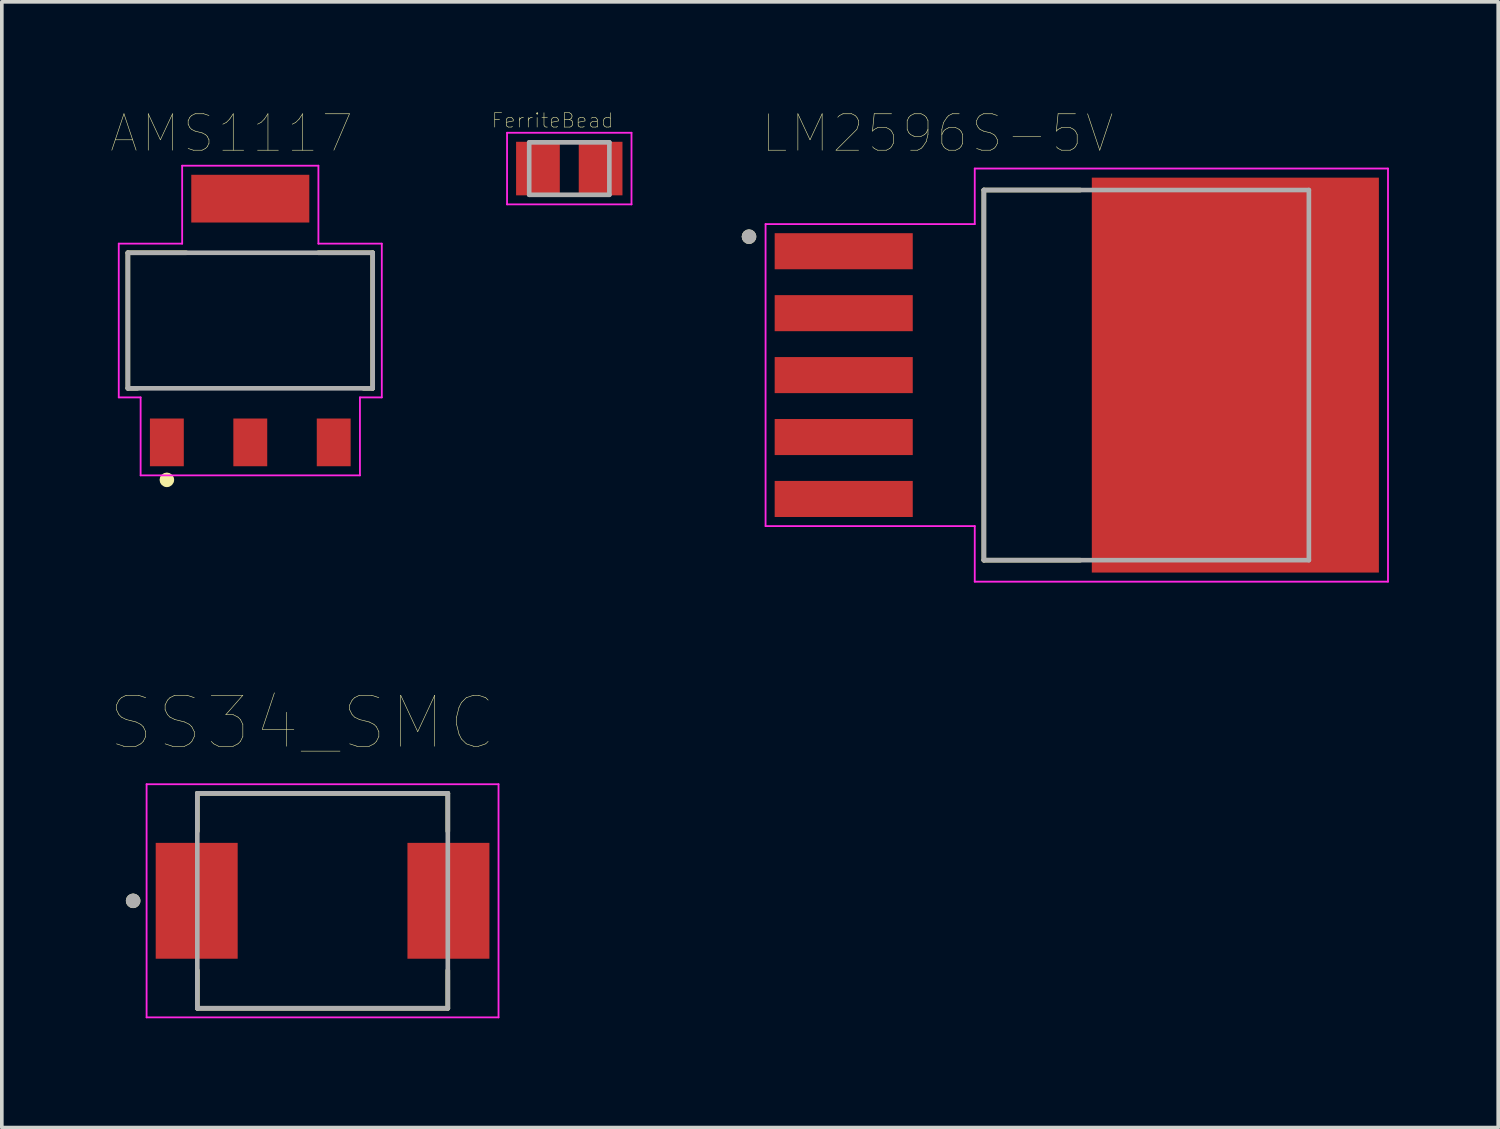
<source format=kicad_pcb>
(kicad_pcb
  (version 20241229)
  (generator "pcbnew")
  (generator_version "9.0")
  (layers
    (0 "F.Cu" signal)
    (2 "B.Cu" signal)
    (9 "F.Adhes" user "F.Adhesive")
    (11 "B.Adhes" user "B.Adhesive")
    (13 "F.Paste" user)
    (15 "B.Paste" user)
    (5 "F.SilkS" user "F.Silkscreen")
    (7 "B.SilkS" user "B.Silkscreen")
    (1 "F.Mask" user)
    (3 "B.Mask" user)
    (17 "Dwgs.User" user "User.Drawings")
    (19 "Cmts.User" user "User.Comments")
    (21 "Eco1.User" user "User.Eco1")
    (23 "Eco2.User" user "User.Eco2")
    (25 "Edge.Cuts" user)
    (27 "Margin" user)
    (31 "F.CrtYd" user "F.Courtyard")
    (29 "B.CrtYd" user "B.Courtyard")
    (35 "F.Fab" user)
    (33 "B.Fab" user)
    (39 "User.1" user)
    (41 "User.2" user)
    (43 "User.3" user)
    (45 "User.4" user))
  (footprint "SS34_SMC"
    (layer "F.Cu")
    (at 5.804 21.676)
    (property "Reference" "SS34_SMC" (at -0.555 -4.889 0) (layer "F.SilkS") (effects (font (size 1.4 1.4) (thickness 0.015))))
    (attr through_hole)
    (fp_line (start -3.438 -2.95) (end -3.438 -1.91) (stroke (width 0.127) (type solid)) (layer "F.SilkS"))
    (fp_line (start -3.438 1.91) (end -3.438 2.95) (stroke (width 0.127) (type solid)) (layer "F.SilkS"))
    (fp_line (start -3.438 2.95) (end 3.438 2.95) (stroke (width 0.127) (type solid)) (layer "F.SilkS"))
    (fp_line (start 3.438 -2.95) (end -3.438 -2.95) (stroke (width 0.127) (type solid)) (layer "F.SilkS"))
    (fp_line (start 3.438 -1.91) (end 3.438 -2.95) (stroke (width 0.127) (type solid)) (layer "F.SilkS"))
    (fp_line (start 3.438 2.95) (end 3.438 1.91) (stroke (width 0.127) (type solid)) (layer "F.SilkS"))
    (fp_circle (center -5.2 0) (end -5.1 0) (stroke (width 0.2) (type solid)) (fill no) (layer "F.SilkS"))
    (fp_line (start -4.83 -3.2) (end -4.83 3.2) (stroke (width 0.05) (type solid)) (layer "F.CrtYd"))
    (fp_line (start -4.83 3.2) (end 4.83 3.2) (stroke (width 0.05) (type solid)) (layer "F.CrtYd"))
    (fp_line (start 4.83 -3.2) (end -4.83 -3.2) (stroke (width 0.05) (type solid)) (layer "F.CrtYd"))
    (fp_line (start 4.83 3.2) (end 4.83 -3.2) (stroke (width 0.05) (type solid)) (layer "F.CrtYd"))
    (fp_line (start -3.438 -2.95) (end -3.438 2.95) (stroke (width 0.127) (type solid)) (layer "F.Fab"))
    (fp_line (start -3.438 2.95) (end 3.438 2.95) (stroke (width 0.127) (type solid)) (layer "F.Fab"))
    (fp_line (start 3.438 -2.95) (end -3.438 -2.95) (stroke (width 0.127) (type solid)) (layer "F.Fab"))
    (fp_line (start 3.438 2.95) (end 3.438 -2.95) (stroke (width 0.127) (type solid)) (layer "F.Fab"))
    (fp_circle (center -5.2 0) (end -5.1 0) (stroke (width 0.2) (type solid)) (fill no) (layer "F.Fab"))
    (pad "1" smd rect (at -3.455 0) (size 2.25 3.18) (layers "F.Cu" "F.Mask" "F.Paste"))
    (pad "2" smd rect (at 3.455 0) (size 2.25 3.18) (layers "F.Cu" "F.Mask" "F.Paste")))
  (footprint "LM2596S-5V"
    (layer "F.Cu")
    (at 26.509 7.246)
    (property "Reference" "LM2596S-5V" (at -3.825 -6.635 0) (layer "F.SilkS") (effects (font (size 1 1) (thickness 0.015))))
    (attr through_hole)
    (fp_line (start -2.553 -5.08) (end 0.09 -5.08) (stroke (width 0.127) (type solid)) (layer "F.SilkS"))
    (fp_line (start -2.553 5.08) (end -2.553 -5.08) (stroke (width 0.127) (type solid)) (layer "F.SilkS"))
    (fp_line (start 0.09 5.08) (end -2.553 5.08) (stroke (width 0.127) (type solid)) (layer "F.SilkS"))
    (fp_circle (center -9 -3.8) (end -8.9 -3.8) (stroke (width 0.2) (type solid)) (fill no) (layer "F.SilkS"))
    (fp_poly (pts (xy 0.96 -5.15) (xy 2.48 -5.15) (xy 2.48 -3.9) (xy 0.96 -3.9)) (stroke (width 0.01) (type solid)) (fill yes) (layer "F.Paste"))
    (fp_poly (pts (xy 0.96 -3.34) (xy 2.48 -3.34) (xy 2.48 -2.09) (xy 0.96 -2.09)) (stroke (width 0.01) (type solid)) (fill yes) (layer "F.Paste"))
    (fp_poly (pts (xy 0.96 -1.53) (xy 2.48 -1.53) (xy 2.48 -0.28) (xy 0.96 -0.28)) (stroke (width 0.01) (type solid)) (fill yes) (layer "F.Paste"))
    (fp_poly (pts (xy 0.96 0.28) (xy 2.48 0.28) (xy 2.48 1.53) (xy 0.96 1.53)) (stroke (width 0.01) (type solid)) (fill yes) (layer "F.Paste"))
    (fp_poly (pts (xy 0.96 2.09) (xy 2.48 2.09) (xy 2.48 3.34) (xy 0.96 3.34)) (stroke (width 0.01) (type solid)) (fill yes) (layer "F.Paste"))
    (fp_poly (pts (xy 0.96 3.9) (xy 2.48 3.9) (xy 2.48 5.15) (xy 0.96 5.15)) (stroke (width 0.01) (type solid)) (fill yes) (layer "F.Paste"))
    (fp_poly (pts (xy 3.59 -5.15) (xy 5.11 -5.15) (xy 5.11 -3.9) (xy 3.59 -3.9)) (stroke (width 0.01) (type solid)) (fill yes) (layer "F.Paste"))
    (fp_poly (pts (xy 3.59 -3.34) (xy 5.11 -3.34) (xy 5.11 -2.09) (xy 3.59 -2.09)) (stroke (width 0.01) (type solid)) (fill yes) (layer "F.Paste"))
    (fp_poly (pts (xy 3.59 -1.53) (xy 5.11 -1.53) (xy 5.11 -0.28) (xy 3.59 -0.28)) (stroke (width 0.01) (type solid)) (fill yes) (layer "F.Paste"))
    (fp_poly (pts (xy 3.59 0.28) (xy 5.11 0.28) (xy 5.11 1.53) (xy 3.59 1.53)) (stroke (width 0.01) (type solid)) (fill yes) (layer "F.Paste"))
    (fp_poly (pts (xy 3.59 2.09) (xy 5.11 2.09) (xy 5.11 3.34) (xy 3.59 3.34)) (stroke (width 0.01) (type solid)) (fill yes) (layer "F.Paste"))
    (fp_poly (pts (xy 3.59 3.9) (xy 5.11 3.9) (xy 5.11 5.15) (xy 3.59 5.15)) (stroke (width 0.01) (type solid)) (fill yes) (layer "F.Paste"))
    (fp_poly (pts (xy 6.22 -5.15) (xy 7.74 -5.15) (xy 7.74 -3.9) (xy 6.22 -3.9)) (stroke (width 0.01) (type solid)) (fill yes) (layer "F.Paste"))
    (fp_poly (pts (xy 6.22 -3.34) (xy 7.74 -3.34) (xy 7.74 -2.09) (xy 6.22 -2.09)) (stroke (width 0.01) (type solid)) (fill yes) (layer "F.Paste"))
    (fp_poly (pts (xy 6.22 -1.53) (xy 7.74 -1.53) (xy 7.74 -0.28) (xy 6.22 -0.28)) (stroke (width 0.01) (type solid)) (fill yes) (layer "F.Paste"))
    (fp_poly (pts (xy 6.22 0.28) (xy 7.74 0.28) (xy 7.74 1.53) (xy 6.22 1.53)) (stroke (width 0.01) (type solid)) (fill yes) (layer "F.Paste"))
    (fp_poly (pts (xy 6.22 2.09) (xy 7.74 2.09) (xy 7.74 3.34) (xy 6.22 3.34)) (stroke (width 0.01) (type solid)) (fill yes) (layer "F.Paste"))
    (fp_poly (pts (xy 6.22 3.9) (xy 7.74 3.9) (xy 7.74 5.15) (xy 6.22 5.15)) (stroke (width 0.01) (type solid)) (fill yes) (layer "F.Paste"))
    (fp_line (start -8.545 -4.145) (end -8.545 4.145) (stroke (width 0.05) (type solid)) (layer "F.CrtYd"))
    (fp_line (start -8.545 4.145) (end -2.803 4.145) (stroke (width 0.05) (type solid)) (layer "F.CrtYd"))
    (fp_line (start -2.803 -5.67) (end -2.803 -4.145) (stroke (width 0.05) (type solid)) (layer "F.CrtYd"))
    (fp_line (start -2.803 -4.145) (end -8.545 -4.145) (stroke (width 0.05) (type solid)) (layer "F.CrtYd"))
    (fp_line (start -2.803 4.145) (end -2.803 5.67) (stroke (width 0.05) (type solid)) (layer "F.CrtYd"))
    (fp_line (start -2.803 5.67) (end 8.54 5.67) (stroke (width 0.05) (type solid)) (layer "F.CrtYd"))
    (fp_line (start 8.54 -5.67) (end -2.803 -5.67) (stroke (width 0.05) (type solid)) (layer "F.CrtYd"))
    (fp_line (start 8.54 5.67) (end 8.54 -5.67) (stroke (width 0.05) (type solid)) (layer "F.CrtYd"))
    (fp_line (start -2.553 -5.08) (end 6.368 -5.08) (stroke (width 0.127) (type solid)) (layer "F.Fab"))
    (fp_line (start -2.553 5.08) (end -2.553 -5.08) (stroke (width 0.127) (type solid)) (layer "F.Fab"))
    (fp_line (start 6.368 -5.08) (end 6.368 5.08) (stroke (width 0.127) (type solid)) (layer "F.Fab"))
    (fp_line (start 6.368 5.08) (end -2.553 5.08) (stroke (width 0.127) (type solid)) (layer "F.Fab"))
    (fp_circle (center -9 -3.8) (end -8.9 -3.8) (stroke (width 0.2) (type solid)) (fill no) (layer "F.Fab"))
    (pad "1" smd rect (at -6.4 -3.4) (size 3.79 0.99) (layers "F.Cu" "F.Mask" "F.Paste"))
    (pad "2" smd rect (at -6.4 -1.7) (size 3.79 0.99) (layers "F.Cu" "F.Mask" "F.Paste"))
    (pad "3" smd rect (at -6.4 0) (size 3.79 0.99) (layers "F.Cu" "F.Mask" "F.Paste"))
    (pad "4" smd rect (at -6.4 1.7) (size 3.79 0.99) (layers "F.Cu" "F.Mask" "F.Paste"))
    (pad "5" smd rect (at -6.4 3.4) (size 3.79 0.99) (layers "F.Cu" "F.Mask" "F.Paste"))
    (pad "6" smd rect (at 4.35 0) (size 7.88 10.84) (layers "F.Cu" "F.Mask")))
  (footprint "FerriteBead"
    (layer "F.Cu")
    (at 12.576 1.577)
    (property "Reference" "FerriteBead" (at -0.46 -1.32 0) (layer "F.SilkS") (effects (font (size 0.394 0.394) (thickness 0.015))))
    (attr through_hole)
    (fp_line (start -1.708 -0.983) (end 1.708 -0.983) (stroke (width 0.05) (type solid)) (layer "F.CrtYd"))
    (fp_line (start -1.708 0.983) (end -1.708 -0.983) (stroke (width 0.05) (type solid)) (layer "F.CrtYd"))
    (fp_line (start -1.708 0.983) (end 1.708 0.983) (stroke (width 0.05) (type solid)) (layer "F.CrtYd"))
    (fp_line (start 1.708 0.983) (end 1.708 -0.983) (stroke (width 0.05) (type solid)) (layer "F.CrtYd"))
    (fp_line (start -1.1 0.72) (end -1.1 -0.72) (stroke (width 0.127) (type solid)) (layer "F.Fab"))
    (fp_line (start 1.1 -0.72) (end -1.1 -0.72) (stroke (width 0.127) (type solid)) (layer "F.Fab"))
    (fp_line (start 1.1 0.72) (end -1.1 0.72) (stroke (width 0.127) (type solid)) (layer "F.Fab"))
    (fp_line (start 1.1 0.72) (end 1.1 -0.72) (stroke (width 0.127) (type solid)) (layer "F.Fab"))
    (pad "1" smd rect (at -0.86 0) (size 1.2 1.47) (layers "F.Cu" "F.Mask" "F.Paste"))
    (pad "2" smd rect (at 0.86 0) (size 1.2 1.47) (layers "F.Cu" "F.Mask" "F.Paste")))
  (footprint "AMS1117"
    (layer "F.Cu")
    (at 3.82 5.748)
    (property "Reference" "AMS1117" (at -0.515 -5.137 0) (layer "F.SilkS") (effects (font (size 1 1) (thickness 0.015))))
    (attr through_hole)
    (fp_line (start -3.36 1.86) (end -3.36 -1.86) (stroke (width 0.127) (type solid)) (layer "F.SilkS"))
    (fp_line (start -3.36 1.86) (end -3.1 1.86) (stroke (width 0.127) (type solid)) (layer "F.SilkS"))
    (fp_line (start -1.76 -1.86) (end -3.36 -1.86) (stroke (width 0.127) (type solid)) (layer "F.SilkS"))
    (fp_line (start 3.11 1.86) (end 3.36 1.86) (stroke (width 0.127) (type solid)) (layer "F.SilkS"))
    (fp_line (start 3.36 -1.86) (end 1.87 -1.86) (stroke (width 0.127) (type solid)) (layer "F.SilkS"))
    (fp_line (start 3.36 1.86) (end 3.36 -1.86) (stroke (width 0.127) (type solid)) (layer "F.SilkS"))
    (fp_circle (center -2.29 4.373) (end -2.19 4.373) (stroke (width 0.2) (type solid)) (fill no) (layer "F.SilkS"))
    (fp_line (start -3.61 -2.11) (end -3.61 2.11) (stroke (width 0.05) (type solid)) (layer "F.CrtYd"))
    (fp_line (start -3.61 2.11) (end -3.01 2.11) (stroke (width 0.05) (type solid)) (layer "F.CrtYd"))
    (fp_line (start -3.01 2.11) (end -3.01 4.25) (stroke (width 0.05) (type solid)) (layer "F.CrtYd"))
    (fp_line (start -3.01 4.25) (end 3.01 4.25) (stroke (width 0.05) (type solid)) (layer "F.CrtYd"))
    (fp_line (start -1.87 -4.25) (end -1.87 -2.11) (stroke (width 0.05) (type solid)) (layer "F.CrtYd"))
    (fp_line (start -1.87 -2.11) (end -3.61 -2.11) (stroke (width 0.05) (type solid)) (layer "F.CrtYd"))
    (fp_line (start 1.87 -4.25) (end -1.87 -4.25) (stroke (width 0.05) (type solid)) (layer "F.CrtYd"))
    (fp_line (start 1.87 -2.11) (end 1.87 -4.25) (stroke (width 0.05) (type solid)) (layer "F.CrtYd"))
    (fp_line (start 3.01 2.11) (end 3.61 2.11) (stroke (width 0.05) (type solid)) (layer "F.CrtYd"))
    (fp_line (start 3.01 4.25) (end 3.01 2.11) (stroke (width 0.05) (type solid)) (layer "F.CrtYd"))
    (fp_line (start 3.61 -2.11) (end 1.87 -2.11) (stroke (width 0.05) (type solid)) (layer "F.CrtYd"))
    (fp_line (start 3.61 2.11) (end 3.61 -2.11) (stroke (width 0.05) (type solid)) (layer "F.CrtYd"))
    (fp_line (start -3.36 -1.86) (end 3.36 -1.86) (stroke (width 0.127) (type solid)) (layer "F.Fab"))
    (fp_line (start -3.36 1.86) (end -3.36 -1.86) (stroke (width 0.127) (type solid)) (layer "F.Fab"))
    (fp_line (start 3.36 -1.86) (end 3.36 1.86) (stroke (width 0.127) (type solid)) (layer "F.Fab"))
    (fp_line (start 3.36 1.86) (end -3.36 1.86) (stroke (width 0.127) (type solid)) (layer "F.Fab"))
    (pad "1" smd rect (at -2.29 3.345) (size 0.93 1.31) (layers "F.Cu" "F.Mask" "F.Paste"))
    (pad "2" smd rect (at 0 3.345) (size 0.93 1.31) (layers "F.Cu" "F.Mask" "F.Paste"))
    (pad "3" smd rect (at 2.29 3.345) (size 0.93 1.31) (layers "F.Cu" "F.Mask" "F.Paste"))
    (pad "4" smd rect (at 0 -3.345) (size 3.24 1.31) (layers "F.Cu" "F.Mask" "F.Paste")))
  (gr_rect
    (start -3 -3)
    (end 38.074 27.901)
    (stroke (width 0.1) (type default))
    (fill no)
    (layer "Edge.Cuts")))
</source>
